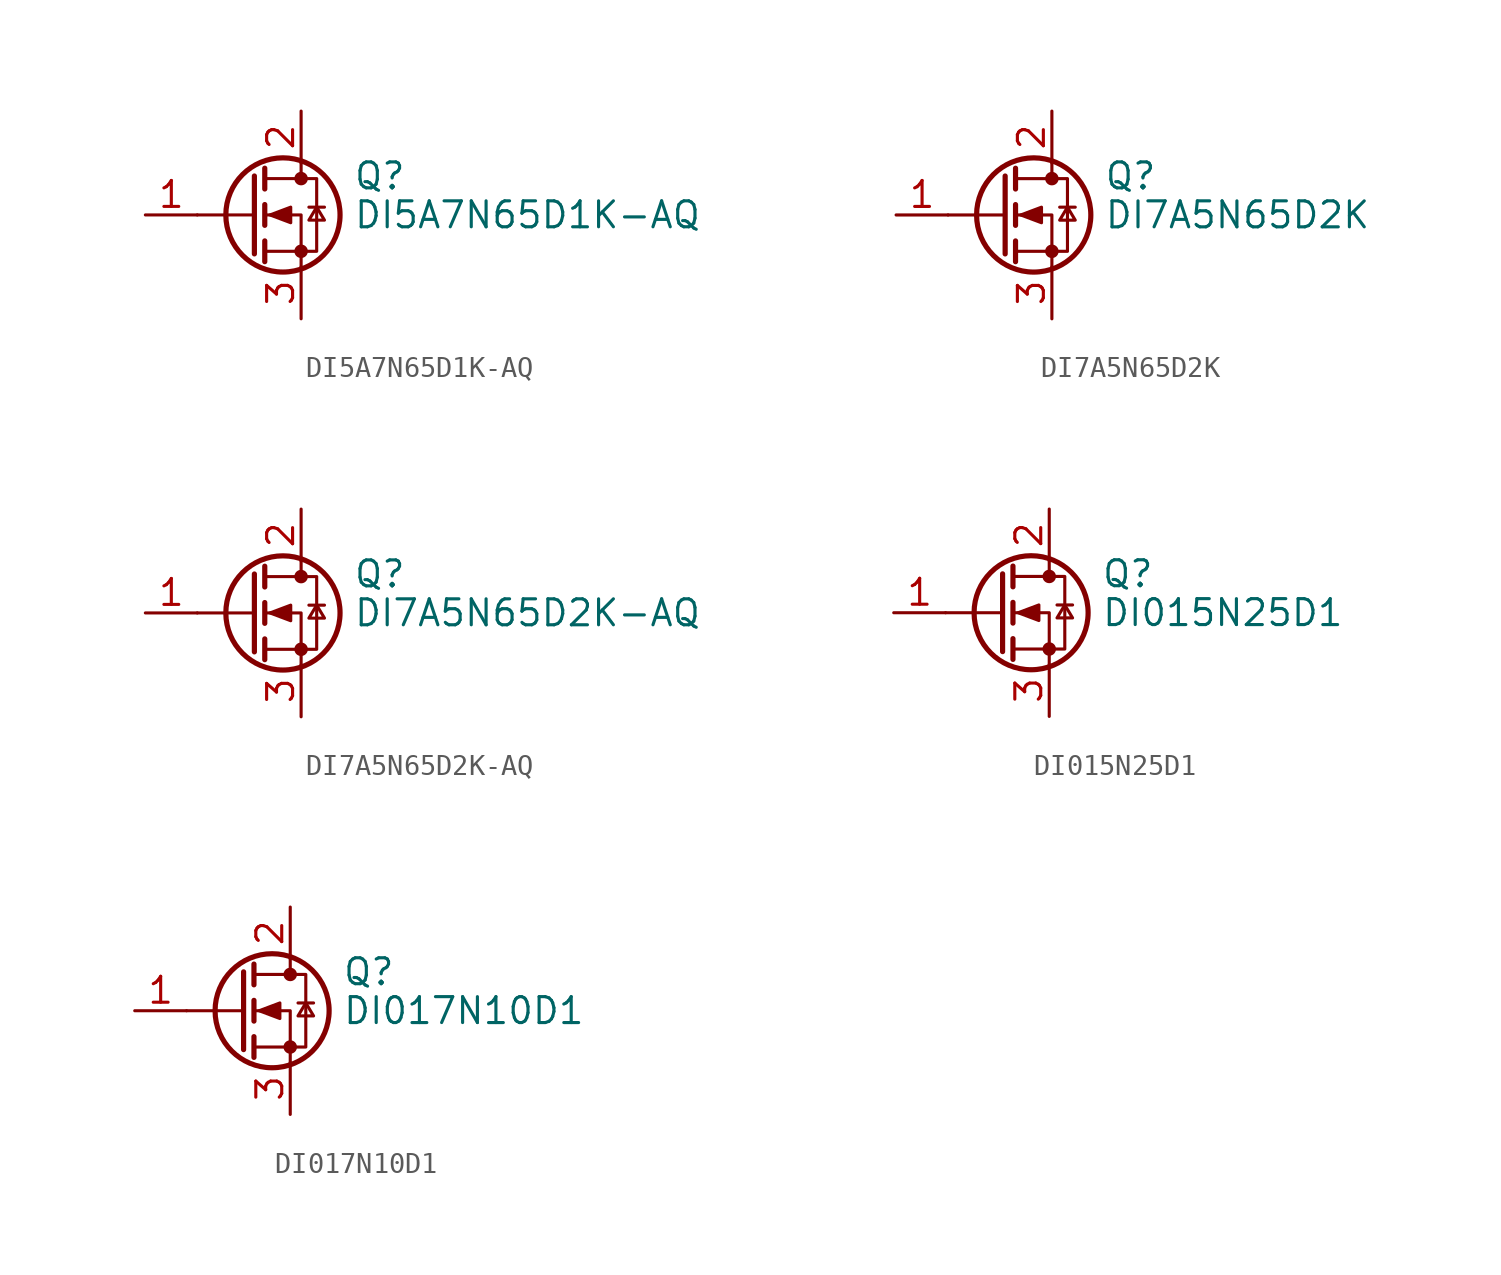
<source format=kicad_sym>
(kicad_symbol_lib
  (version 20241209)
  (generator "kicad_symbol_editor")
  (generator_version "9.0")
  (symbol "DI5A7N65D1K-AQ"
    (pin_names
      (offset 0)
      (hide yes))
    (property "Reference" "Q"
      (at 5.08 1.905 0)
      (effects (font (size 1.27 1.27)) (justify left)))
    (property "Value" "DI5A7N65D1K-AQ"
      (at 5.08 0 0)
      (effects (font (size 1.27 1.27)) (justify left)))
    (symbol "DI5A7N65D1K-AQ_0_1"
      (polyline (pts (xy 0.254 1.905) (xy 0.254 -1.905)) (stroke (width 0.254) (type default)) (fill (type none)))
      (polyline (pts (xy 0.254 0) (xy -2.54 0)) (stroke (width 0) (type default)) (fill (type none)))
      (polyline (pts (xy 0.762 2.286) (xy 0.762 1.27)) (stroke (width 0.254) (type default)) (fill (type none)))
      (polyline (pts (xy 0.762 0.508) (xy 0.762 -0.508)) (stroke (width 0.254) (type default)) (fill (type none)))
      (polyline (pts (xy 0.762 -1.27) (xy 0.762 -2.286)) (stroke (width 0.254) (type default)) (fill (type none)))
      (polyline (pts (xy 0.762 -1.778) (xy 3.302 -1.778) (xy 3.302 1.778) (xy 0.762 1.778)) (stroke (width 0) (type default)) (fill (type none)))
      (polyline (pts (xy 1.016 0) (xy 2.032 0.381) (xy 2.032 -0.381) (xy 1.016 0)) (stroke (width 0) (type default)) (fill (type outline)))
      (circle (center 1.651 0) (radius 2.794) (stroke (width 0.254) (type default)) (fill (type none)))
      (polyline (pts (xy 2.54 2.54) (xy 2.54 1.778)) (stroke (width 0) (type default)) (fill (type none)))
      (circle (center 2.54 1.778) (radius 0.254) (stroke (width 0) (type default)) (fill (type outline)))
      (circle (center 2.54 -1.778) (radius 0.254) (stroke (width 0) (type default)) (fill (type outline)))
      (polyline (pts (xy 2.54 -2.54) (xy 2.54 0) (xy 0.762 0)) (stroke (width 0) (type default)) (fill (type none)))
      (polyline (pts (xy 2.921 0.381) (xy 3.683 0.381)) (stroke (width 0) (type default)) (fill (type none)))
      (polyline (pts (xy 3.302 0.381) (xy 2.921 -0.254) (xy 3.683 -0.254) (xy 3.302 0.381)) (stroke (width 0) (type default)) (fill (type none))))
    (symbol "DI5A7N65D1K-AQ_1_1"
      (pin input line (at -5.08 0 0) (length 2.54) (name "G" (effects (font (size 1.27 1.27)))) (number "1" (effects (font (size 1.27 1.27)))))
      (pin passive line (at 2.54 5.08 270) (length 2.54) (name "D" (effects (font (size 1.27 1.27)))) (number "2" (effects (font (size 1.27 1.27)))))
      (pin passive line (at 2.54 -5.08 90) (length 2.54) (name "S" (effects (font (size 1.27 1.27)))) (number "3" (effects (font (size 1.27 1.27)))))))
  (symbol "DI7A5N65D2K"
    (pin_names
      (offset 0)
      (hide yes))
    (property "Reference" "Q"
      (at 5.08 1.905 0)
      (effects (font (size 1.27 1.27)) (justify left)))
    (property "Value" "DI7A5N65D2K"
      (at 5.08 0 0)
      (effects (font (size 1.27 1.27)) (justify left)))
    (symbol "DI7A5N65D2K_0_1"
      (polyline (pts (xy 0.254 1.905) (xy 0.254 -1.905)) (stroke (width 0.254) (type default)) (fill (type none)))
      (polyline (pts (xy 0.254 0) (xy -2.54 0)) (stroke (width 0) (type default)) (fill (type none)))
      (polyline (pts (xy 0.762 2.286) (xy 0.762 1.27)) (stroke (width 0.254) (type default)) (fill (type none)))
      (polyline (pts (xy 0.762 0.508) (xy 0.762 -0.508)) (stroke (width 0.254) (type default)) (fill (type none)))
      (polyline (pts (xy 0.762 -1.27) (xy 0.762 -2.286)) (stroke (width 0.254) (type default)) (fill (type none)))
      (polyline (pts (xy 0.762 -1.778) (xy 3.302 -1.778) (xy 3.302 1.778) (xy 0.762 1.778)) (stroke (width 0) (type default)) (fill (type none)))
      (polyline (pts (xy 1.016 0) (xy 2.032 0.381) (xy 2.032 -0.381) (xy 1.016 0)) (stroke (width 0) (type default)) (fill (type outline)))
      (circle (center 1.651 0) (radius 2.794) (stroke (width 0.254) (type default)) (fill (type none)))
      (polyline (pts (xy 2.54 2.54) (xy 2.54 1.778)) (stroke (width 0) (type default)) (fill (type none)))
      (circle (center 2.54 1.778) (radius 0.254) (stroke (width 0) (type default)) (fill (type outline)))
      (circle (center 2.54 -1.778) (radius 0.254) (stroke (width 0) (type default)) (fill (type outline)))
      (polyline (pts (xy 2.54 -2.54) (xy 2.54 0) (xy 0.762 0)) (stroke (width 0) (type default)) (fill (type none)))
      (polyline (pts (xy 2.921 0.381) (xy 3.683 0.381)) (stroke (width 0) (type default)) (fill (type none)))
      (polyline (pts (xy 3.302 0.381) (xy 2.921 -0.254) (xy 3.683 -0.254) (xy 3.302 0.381)) (stroke (width 0) (type default)) (fill (type none))))
    (symbol "DI7A5N65D2K_1_1"
      (pin input line (at -5.08 0 0) (length 2.54) (name "G" (effects (font (size 1.27 1.27)))) (number "1" (effects (font (size 1.27 1.27)))))
      (pin passive line (at 2.54 5.08 270) (length 2.54) (name "D" (effects (font (size 1.27 1.27)))) (number "2" (effects (font (size 1.27 1.27)))))
      (pin passive line (at 2.54 -5.08 90) (length 2.54) (name "S" (effects (font (size 1.27 1.27)))) (number "3" (effects (font (size 1.27 1.27)))))))
  (symbol "DI7A5N65D2K-AQ"
    (pin_names
      (offset 0)
      (hide yes))
    (property "Reference" "Q"
      (at 5.08 1.905 0)
      (effects (font (size 1.27 1.27)) (justify left)))
    (property "Value" "DI7A5N65D2K-AQ"
      (at 5.08 0 0)
      (effects (font (size 1.27 1.27)) (justify left)))
    (symbol "DI7A5N65D2K-AQ_0_1"
      (polyline (pts (xy 0.254 1.905) (xy 0.254 -1.905)) (stroke (width 0.254) (type default)) (fill (type none)))
      (polyline (pts (xy 0.254 0) (xy -2.54 0)) (stroke (width 0) (type default)) (fill (type none)))
      (polyline (pts (xy 0.762 2.286) (xy 0.762 1.27)) (stroke (width 0.254) (type default)) (fill (type none)))
      (polyline (pts (xy 0.762 0.508) (xy 0.762 -0.508)) (stroke (width 0.254) (type default)) (fill (type none)))
      (polyline (pts (xy 0.762 -1.27) (xy 0.762 -2.286)) (stroke (width 0.254) (type default)) (fill (type none)))
      (polyline (pts (xy 0.762 -1.778) (xy 3.302 -1.778) (xy 3.302 1.778) (xy 0.762 1.778)) (stroke (width 0) (type default)) (fill (type none)))
      (polyline (pts (xy 1.016 0) (xy 2.032 0.381) (xy 2.032 -0.381) (xy 1.016 0)) (stroke (width 0) (type default)) (fill (type outline)))
      (circle (center 1.651 0) (radius 2.794) (stroke (width 0.254) (type default)) (fill (type none)))
      (polyline (pts (xy 2.54 2.54) (xy 2.54 1.778)) (stroke (width 0) (type default)) (fill (type none)))
      (circle (center 2.54 1.778) (radius 0.254) (stroke (width 0) (type default)) (fill (type outline)))
      (circle (center 2.54 -1.778) (radius 0.254) (stroke (width 0) (type default)) (fill (type outline)))
      (polyline (pts (xy 2.54 -2.54) (xy 2.54 0) (xy 0.762 0)) (stroke (width 0) (type default)) (fill (type none)))
      (polyline (pts (xy 2.921 0.381) (xy 3.683 0.381)) (stroke (width 0) (type default)) (fill (type none)))
      (polyline (pts (xy 3.302 0.381) (xy 2.921 -0.254) (xy 3.683 -0.254) (xy 3.302 0.381)) (stroke (width 0) (type default)) (fill (type none))))
    (symbol "DI7A5N65D2K-AQ_1_1"
      (pin input line (at -5.08 0 0) (length 2.54) (name "G" (effects (font (size 1.27 1.27)))) (number "1" (effects (font (size 1.27 1.27)))))
      (pin passive line (at 2.54 5.08 270) (length 2.54) (name "D" (effects (font (size 1.27 1.27)))) (number "2" (effects (font (size 1.27 1.27)))))
      (pin passive line (at 2.54 -5.08 90) (length 2.54) (name "S" (effects (font (size 1.27 1.27)))) (number "3" (effects (font (size 1.27 1.27)))))))
  (symbol "DI015N25D1"
    (pin_names
      (offset 0)
      (hide yes))
    (property "Reference" "Q"
      (at 5.08 1.905 0)
      (effects (font (size 1.27 1.27)) (justify left)))
    (property "Value" "DI015N25D1"
      (at 5.08 0 0)
      (effects (font (size 1.27 1.27)) (justify left)))
    (symbol "DI015N25D1_0_1"
      (polyline (pts (xy 0.254 1.905) (xy 0.254 -1.905)) (stroke (width 0.254) (type default)) (fill (type none)))
      (polyline (pts (xy 0.254 0) (xy -2.54 0)) (stroke (width 0) (type default)) (fill (type none)))
      (polyline (pts (xy 0.762 2.286) (xy 0.762 1.27)) (stroke (width 0.254) (type default)) (fill (type none)))
      (polyline (pts (xy 0.762 0.508) (xy 0.762 -0.508)) (stroke (width 0.254) (type default)) (fill (type none)))
      (polyline (pts (xy 0.762 -1.27) (xy 0.762 -2.286)) (stroke (width 0.254) (type default)) (fill (type none)))
      (polyline (pts (xy 0.762 -1.778) (xy 3.302 -1.778) (xy 3.302 1.778) (xy 0.762 1.778)) (stroke (width 0) (type default)) (fill (type none)))
      (polyline (pts (xy 1.016 0) (xy 2.032 0.381) (xy 2.032 -0.381) (xy 1.016 0)) (stroke (width 0) (type default)) (fill (type outline)))
      (circle (center 1.651 0) (radius 2.794) (stroke (width 0.254) (type default)) (fill (type none)))
      (polyline (pts (xy 2.54 2.54) (xy 2.54 1.778)) (stroke (width 0) (type default)) (fill (type none)))
      (circle (center 2.54 1.778) (radius 0.254) (stroke (width 0) (type default)) (fill (type outline)))
      (circle (center 2.54 -1.778) (radius 0.254) (stroke (width 0) (type default)) (fill (type outline)))
      (polyline (pts (xy 2.54 -2.54) (xy 2.54 0) (xy 0.762 0)) (stroke (width 0) (type default)) (fill (type none)))
      (polyline (pts (xy 2.921 0.381) (xy 3.683 0.381)) (stroke (width 0) (type default)) (fill (type none)))
      (polyline (pts (xy 3.302 0.381) (xy 2.921 -0.254) (xy 3.683 -0.254) (xy 3.302 0.381)) (stroke (width 0) (type default)) (fill (type none))))
    (symbol "DI015N25D1_1_1"
      (pin input line (at -5.08 0 0) (length 2.54) (name "G" (effects (font (size 1.27 1.27)))) (number "1" (effects (font (size 1.27 1.27)))))
      (pin passive line (at 2.54 5.08 270) (length 2.54) (name "D" (effects (font (size 1.27 1.27)))) (number "2" (effects (font (size 1.27 1.27)))))
      (pin passive line (at 2.54 -5.08 90) (length 2.54) (name "S" (effects (font (size 1.27 1.27)))) (number "3" (effects (font (size 1.27 1.27)))))))
  (symbol "DI017N10D1"
    (pin_names
      (offset 0)
      (hide yes))
    (property "Reference" "Q"
      (at 5.08 1.905 0)
      (effects (font (size 1.27 1.27)) (justify left)))
    (property "Value" "DI017N10D1"
      (at 5.08 0 0)
      (effects (font (size 1.27 1.27)) (justify left)))
    (symbol "DI017N10D1_0_1"
      (polyline (pts (xy 0.254 1.905) (xy 0.254 -1.905)) (stroke (width 0.254) (type default)) (fill (type none)))
      (polyline (pts (xy 0.254 0) (xy -2.54 0)) (stroke (width 0) (type default)) (fill (type none)))
      (polyline (pts (xy 0.762 2.286) (xy 0.762 1.27)) (stroke (width 0.254) (type default)) (fill (type none)))
      (polyline (pts (xy 0.762 0.508) (xy 0.762 -0.508)) (stroke (width 0.254) (type default)) (fill (type none)))
      (polyline (pts (xy 0.762 -1.27) (xy 0.762 -2.286)) (stroke (width 0.254) (type default)) (fill (type none)))
      (polyline (pts (xy 0.762 -1.778) (xy 3.302 -1.778) (xy 3.302 1.778) (xy 0.762 1.778)) (stroke (width 0) (type default)) (fill (type none)))
      (polyline (pts (xy 1.016 0) (xy 2.032 0.381) (xy 2.032 -0.381) (xy 1.016 0)) (stroke (width 0) (type default)) (fill (type outline)))
      (circle (center 1.651 0) (radius 2.794) (stroke (width 0.254) (type default)) (fill (type none)))
      (polyline (pts (xy 2.54 2.54) (xy 2.54 1.778)) (stroke (width 0) (type default)) (fill (type none)))
      (circle (center 2.54 1.778) (radius 0.254) (stroke (width 0) (type default)) (fill (type outline)))
      (circle (center 2.54 -1.778) (radius 0.254) (stroke (width 0) (type default)) (fill (type outline)))
      (polyline (pts (xy 2.54 -2.54) (xy 2.54 0) (xy 0.762 0)) (stroke (width 0) (type default)) (fill (type none)))
      (polyline (pts (xy 2.921 0.381) (xy 3.683 0.381)) (stroke (width 0) (type default)) (fill (type none)))
      (polyline (pts (xy 3.302 0.381) (xy 2.921 -0.254) (xy 3.683 -0.254) (xy 3.302 0.381)) (stroke (width 0) (type default)) (fill (type none))))
    (symbol "DI017N10D1_1_1"
      (pin input line (at -5.08 0 0) (length 2.54) (name "G" (effects (font (size 1.27 1.27)))) (number "1" (effects (font (size 1.27 1.27)))))
      (pin passive line (at 2.54 5.08 270) (length 2.54) (name "D" (effects (font (size 1.27 1.27)))) (number "2" (effects (font (size 1.27 1.27)))))
      (pin passive line (at 2.54 -5.08 90) (length 2.54) (name "S" (effects (font (size 1.27 1.27)))) (number "3" (effects (font (size 1.27 1.27))))))))
</source>
